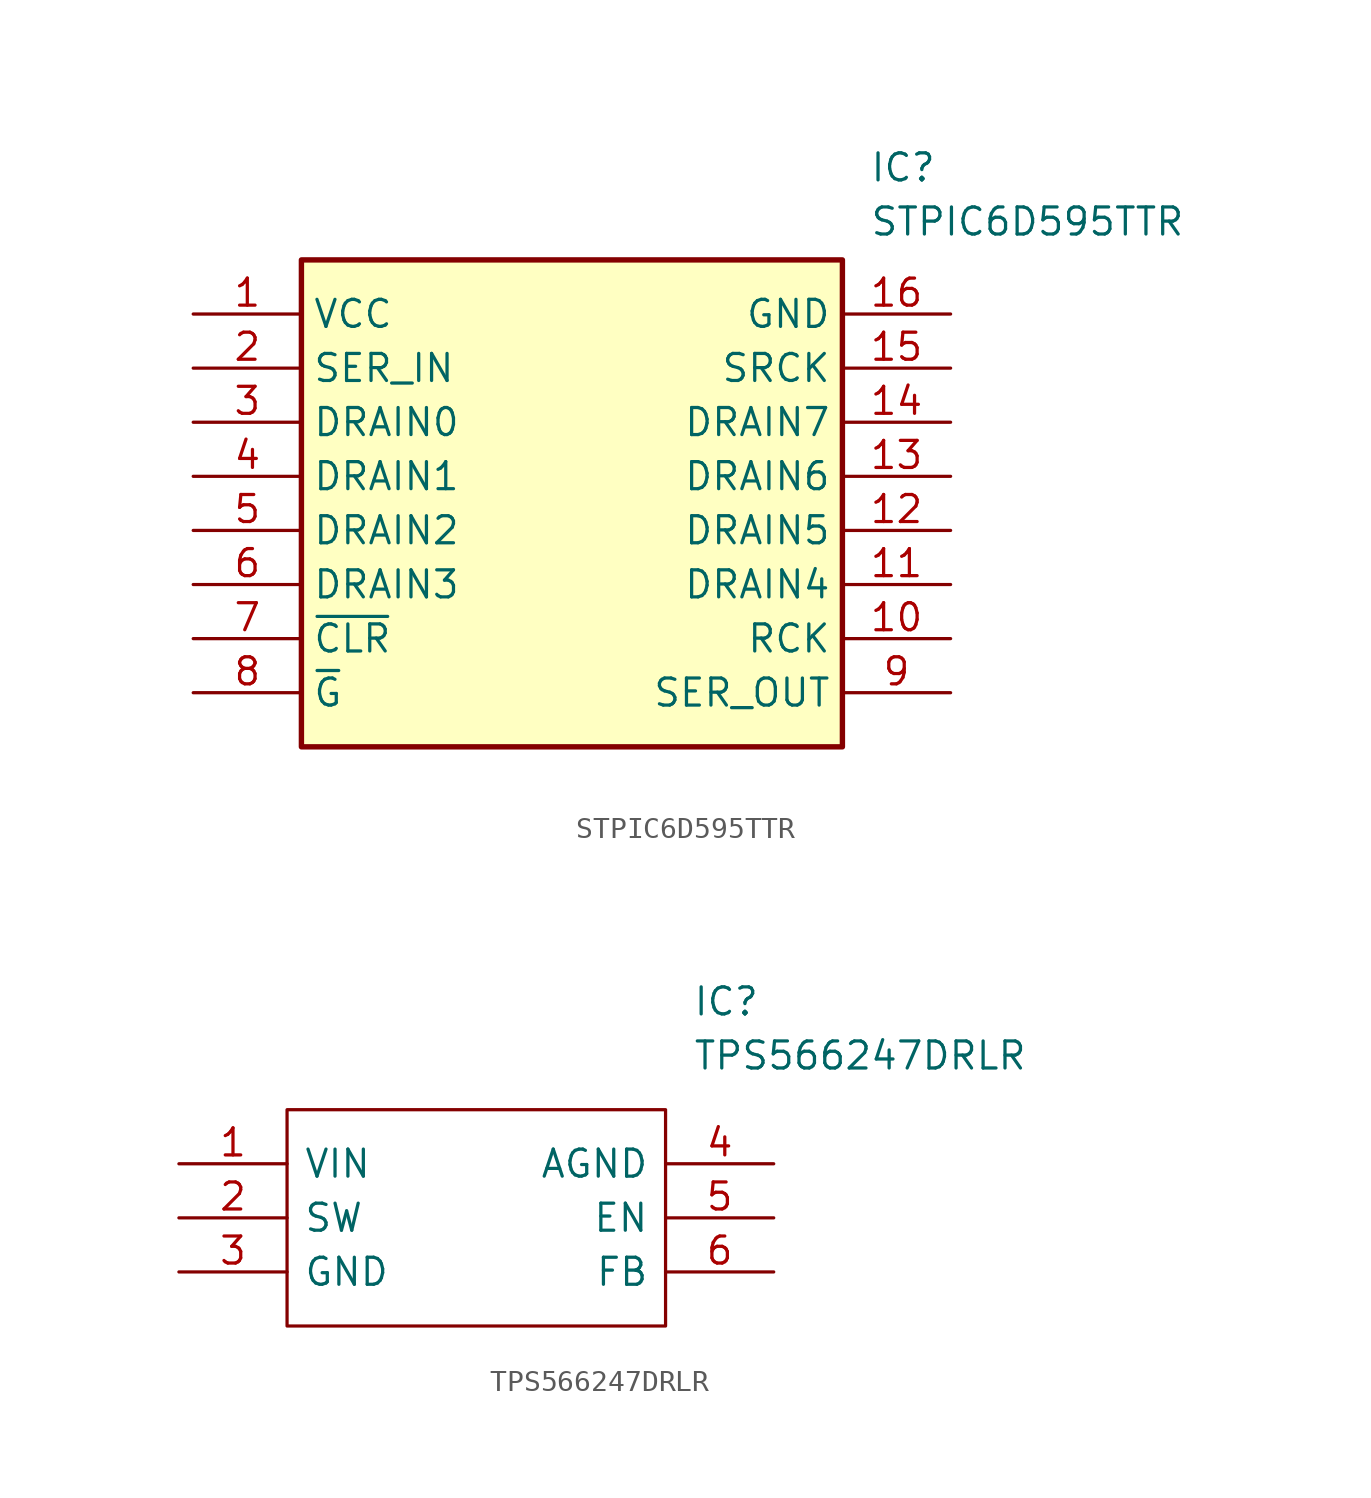
<source format=kicad_sym>
(kicad_symbol_lib
  (version 20231120)
  (generator "kicad_symbol_editor")
  (generator_version "8.0")
  (symbol "STPIC6D595TTR"
    (property "Reference" "IC"
      (at 31.75 7.62 0)
      (effects (font (size 1.27 1.27)) (justify left top)))
    (property "Value" "STPIC6D595TTR"
      (at 31.75 5.08 0)
      (effects (font (size 1.27 1.27)) (justify left top)))
    (symbol "STPIC6D595TTR_1_1"
      (rectangle (start 5.08 2.54) (end 30.48 -20.32) (stroke (width 0.254) (type default)) (fill (type background)))
      (pin passive line (at 0 0 0) (length 5.08) (name "VCC" (effects (font (size 1.27 1.27)))) (number "1" (effects (font (size 1.27 1.27)))))
      (pin passive line (at 35.56 -15.24 180) (length 5.08) (name "RCK" (effects (font (size 1.27 1.27)))) (number "10" (effects (font (size 1.27 1.27)))))
      (pin passive line (at 35.56 -12.7 180) (length 5.08) (name "DRAIN4" (effects (font (size 1.27 1.27)))) (number "11" (effects (font (size 1.27 1.27)))))
      (pin passive line (at 35.56 -10.16 180) (length 5.08) (name "DRAIN5" (effects (font (size 1.27 1.27)))) (number "12" (effects (font (size 1.27 1.27)))))
      (pin passive line (at 35.56 -7.62 180) (length 5.08) (name "DRAIN6" (effects (font (size 1.27 1.27)))) (number "13" (effects (font (size 1.27 1.27)))))
      (pin passive line (at 35.56 -5.08 180) (length 5.08) (name "DRAIN7" (effects (font (size 1.27 1.27)))) (number "14" (effects (font (size 1.27 1.27)))))
      (pin passive line (at 35.56 -2.54 180) (length 5.08) (name "SRCK" (effects (font (size 1.27 1.27)))) (number "15" (effects (font (size 1.27 1.27)))))
      (pin passive line (at 35.56 0 180) (length 5.08) (name "GND" (effects (font (size 1.27 1.27)))) (number "16" (effects (font (size 1.27 1.27)))))
      (pin passive line (at 0 -2.54 0) (length 5.08) (name "SER_IN" (effects (font (size 1.27 1.27)))) (number "2" (effects (font (size 1.27 1.27)))))
      (pin passive line (at 0 -5.08 0) (length 5.08) (name "DRAIN0" (effects (font (size 1.27 1.27)))) (number "3" (effects (font (size 1.27 1.27)))))
      (pin passive line (at 0 -7.62 0) (length 5.08) (name "DRAIN1" (effects (font (size 1.27 1.27)))) (number "4" (effects (font (size 1.27 1.27)))))
      (pin passive line (at 0 -10.16 0) (length 5.08) (name "DRAIN2" (effects (font (size 1.27 1.27)))) (number "5" (effects (font (size 1.27 1.27)))))
      (pin passive line (at 0 -12.7 0) (length 5.08) (name "DRAIN3" (effects (font (size 1.27 1.27)))) (number "6" (effects (font (size 1.27 1.27)))))
      (pin passive line (at 0 -15.24 0) (length 5.08) (name "~{CLR}" (effects (font (size 1.27 1.27)))) (number "7" (effects (font (size 1.27 1.27)))))
      (pin passive line (at 0 -17.78 0) (length 5.08) (name "~{G}" (effects (font (size 1.27 1.27)))) (number "8" (effects (font (size 1.27 1.27)))))
      (pin passive line (at 35.56 -17.78 180) (length 5.08) (name "SER_OUT" (effects (font (size 1.27 1.27)))) (number "9" (effects (font (size 1.27 1.27)))))))
  (symbol "TPS566247DRLR"
    (pin_names
      (offset 0.762))
    (property "Reference" "IC"
      (at 24.13 7.62 0)
      (effects (font (size 1.27 1.27)) (justify left)))
    (property "Value" "TPS566247DRLR"
      (at 24.13 5.08 0)
      (effects (font (size 1.27 1.27)) (justify left)))
    (symbol "TPS566247DRLR_0_0"
      (pin passive line (at 0 0 0) (length 5.08) (name "VIN" (effects (font (size 1.27 1.27)))) (number "1" (effects (font (size 1.27 1.27)))))
      (pin passive line (at 0 -2.54 0) (length 5.08) (name "SW" (effects (font (size 1.27 1.27)))) (number "2" (effects (font (size 1.27 1.27)))))
      (pin passive line (at 0 -5.08 0) (length 5.08) (name "GND" (effects (font (size 1.27 1.27)))) (number "3" (effects (font (size 1.27 1.27)))))
      (pin passive line (at 27.94 0 180) (length 5.08) (name "AGND" (effects (font (size 1.27 1.27)))) (number "4" (effects (font (size 1.27 1.27)))))
      (pin passive line (at 27.94 -2.54 180) (length 5.08) (name "EN" (effects (font (size 1.27 1.27)))) (number "5" (effects (font (size 1.27 1.27)))))
      (pin passive line (at 27.94 -5.08 180) (length 5.08) (name "FB" (effects (font (size 1.27 1.27)))) (number "6" (effects (font (size 1.27 1.27))))))
    (symbol "TPS566247DRLR_0_1"
      (polyline (pts (xy 5.08 2.54) (xy 22.86 2.54) (xy 22.86 -7.62) (xy 5.08 -7.62) (xy 5.08 2.54)) (stroke (width 0.152) (type solid)) (fill (type none))))))
</source>
